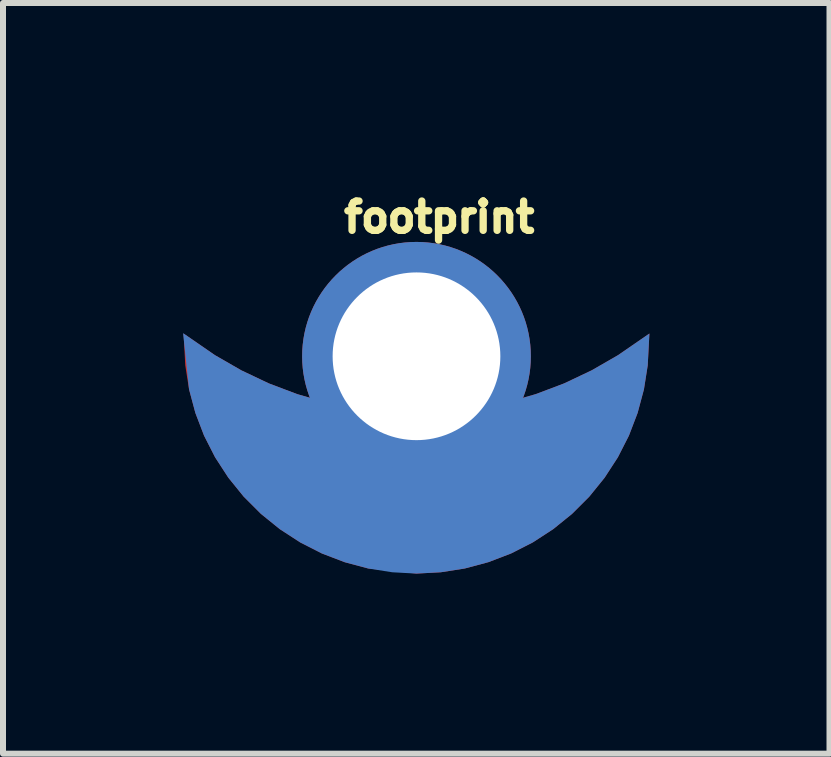
<source format=kicad_pcb>
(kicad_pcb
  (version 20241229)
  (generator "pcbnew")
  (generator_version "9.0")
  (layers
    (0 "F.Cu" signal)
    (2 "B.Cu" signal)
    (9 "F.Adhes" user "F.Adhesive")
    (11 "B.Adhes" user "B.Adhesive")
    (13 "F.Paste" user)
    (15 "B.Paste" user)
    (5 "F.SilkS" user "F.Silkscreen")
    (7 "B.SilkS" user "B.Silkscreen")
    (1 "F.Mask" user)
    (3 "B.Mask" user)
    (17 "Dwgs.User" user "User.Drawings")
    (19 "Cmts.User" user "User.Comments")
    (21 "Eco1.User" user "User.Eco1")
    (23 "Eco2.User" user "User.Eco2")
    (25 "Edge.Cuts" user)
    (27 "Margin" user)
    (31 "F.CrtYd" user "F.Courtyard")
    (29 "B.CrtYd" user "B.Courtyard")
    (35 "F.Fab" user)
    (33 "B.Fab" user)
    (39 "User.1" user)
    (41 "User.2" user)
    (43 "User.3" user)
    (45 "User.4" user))
  (footprint "footprint"
    (layer "F.Cu")
    (at 3.888 2.631)
    (property "Reference" "footprint" (at -1.27 -1.778 0) (layer "F.SilkS") (effects (font (size 0.488 0.488) (thickness 0.122)) (justify left bottom)))
    (fp_poly (pts (xy 3.852 0.405) (xy 3.789 0.805) (xy 3.684 1.197) (xy 3.539 1.576) (xy 3.355 1.937) (xy 3.134 2.277) (xy 2.879 2.592) (xy 2.592 2.879) (xy 2.277 3.134) (xy 1.937 3.355) (xy 1.576 3.539) (xy 1.197 3.684) (xy 0.805 3.789) (xy 0.405 3.852) (xy -0.002 3.874) (xy -0.804 3.789) (xy -1.197 3.684) (xy -1.576 3.539) (xy -1.937 3.355) (xy -2.277 3.134) (xy -2.592 2.879) (xy -2.879 2.592) (xy -3.134 2.277) (xy -3.355 1.937) (xy -3.539 1.576) (xy -3.684 1.197) (xy -3.789 0.805) (xy -3.852 0.405) (xy -3.88 -0.125) (xy -3.356 0.236) (xy -2.918 0.488) (xy -2.461 0.705) (xy -1.988 0.884) (xy -1.502 1.024) (xy -1.007 1.125) (xy -0.505 1.186) (xy 0 1.206) (xy 0.505 1.186) (xy 1.007 1.125) (xy 1.502 1.024) (xy 1.988 0.884) (xy 2.461 0.705) (xy 2.918 0.488) (xy 3.356 0.236) (xy 3.88 -0.125)) (stroke (width 0) (type solid)) (fill yes) (layer "F.Cu"))
    (fp_poly (pts (xy 3.852 0.405) (xy 3.789 0.805) (xy 3.684 1.197) (xy 3.539 1.576) (xy 3.355 1.937) (xy 3.134 2.277) (xy 2.879 2.592) (xy 2.592 2.879) (xy 2.277 3.134) (xy 1.937 3.355) (xy 1.576 3.539) (xy 1.197 3.684) (xy 0.805 3.789) (xy 0.405 3.852) (xy -0.002 3.874) (xy -0.804 3.789) (xy -1.197 3.684) (xy -1.576 3.539) (xy -1.937 3.355) (xy -2.277 3.134) (xy -2.592 2.879) (xy -2.879 2.592) (xy -3.134 2.277) (xy -3.355 1.937) (xy -3.539 1.576) (xy -3.684 1.197) (xy -3.789 0.805) (xy -3.852 0.405) (xy -3.88 -0.125) (xy -3.356 0.236) (xy -2.918 0.488) (xy -2.461 0.705) (xy -1.988 0.884) (xy -1.502 1.024) (xy -1.007 1.125) (xy -0.505 1.186) (xy 0 1.206) (xy 0.505 1.186) (xy 1.007 1.125) (xy 1.502 1.024) (xy 1.988 0.884) (xy 2.461 0.705) (xy 2.918 0.488) (xy 3.356 0.236) (xy 3.88 -0.125)) (stroke (width 0) (type solid)) (fill yes) (layer "F.Mask"))
    (fp_poly (pts (xy -3.356 0.236) (xy -2.918 0.488) (xy -2.461 0.705) (xy -1.988 0.884) (xy -1.502 1.024) (xy -1.007 1.125) (xy -0.505 1.186) (xy 0 1.206) (xy 0.505 1.186) (xy 1.007 1.125) (xy 1.502 1.024) (xy 1.988 0.884) (xy 2.461 0.705) (xy 2.918 0.488) (xy 3.356 0.236) (xy 3.88 -0.125) (xy 3.852 0.405) (xy 3.789 0.805) (xy 3.684 1.197) (xy 3.539 1.576) (xy 3.355 1.937) (xy 3.134 2.277) (xy 2.879 2.592) (xy 2.592 2.879) (xy 2.277 3.134) (xy 1.937 3.355) (xy 1.576 3.539) (xy 1.197 3.684) (xy 0.805 3.789) (xy 0.405 3.852) (xy 0 3.874) (xy -0.405 3.852) (xy -0.805 3.789) (xy -1.197 3.684) (xy -1.576 3.539) (xy -1.937 3.355) (xy -2.277 3.134) (xy -2.592 2.879) (xy -2.879 2.592) (xy -3.134 2.277) (xy -3.355 1.937) (xy -3.539 1.576) (xy -3.684 1.197) (xy -3.789 0.804) (xy -3.888 -0.131)) (stroke (width 0) (type solid)) (fill yes) (layer "B.Cu"))
    (fp_poly (pts (xy -3.356 0.236) (xy -2.918 0.488) (xy -2.461 0.705) (xy -1.988 0.884) (xy -1.502 1.024) (xy -1.007 1.125) (xy -0.505 1.186) (xy 0 1.206) (xy 0.505 1.186) (xy 1.007 1.125) (xy 1.502 1.024) (xy 1.988 0.884) (xy 2.461 0.705) (xy 2.918 0.488) (xy 3.356 0.236) (xy 3.88 -0.125) (xy 3.852 0.405) (xy 3.789 0.805) (xy 3.684 1.197) (xy 3.539 1.576) (xy 3.355 1.937) (xy 3.134 2.277) (xy 2.879 2.592) (xy 2.592 2.879) (xy 2.277 3.134) (xy 1.937 3.355) (xy 1.576 3.539) (xy 1.197 3.684) (xy 0.805 3.789) (xy 0.405 3.852) (xy 0 3.874) (xy -0.405 3.852) (xy -0.805 3.789) (xy -1.197 3.684) (xy -1.576 3.539) (xy -1.937 3.355) (xy -2.277 3.134) (xy -2.592 2.879) (xy -2.879 2.592) (xy -3.134 2.277) (xy -3.355 1.937) (xy -3.539 1.576) (xy -3.684 1.197) (xy -3.789 0.804) (xy -3.888 -0.131)) (stroke (width 0) (type solid)) (fill yes) (layer "B.Mask"))
    (pad "1" thru_hole circle (at 0 0.254) (size 3.81 3.81) (drill 2.794) (layers "*.Cu" "*.Mask")))
  (gr_rect
    (start -3 -3)
    (end 10.768 9.505)
    (stroke (width 0.1) (type default))
    (fill no)
    (layer "Edge.Cuts")))
</source>
